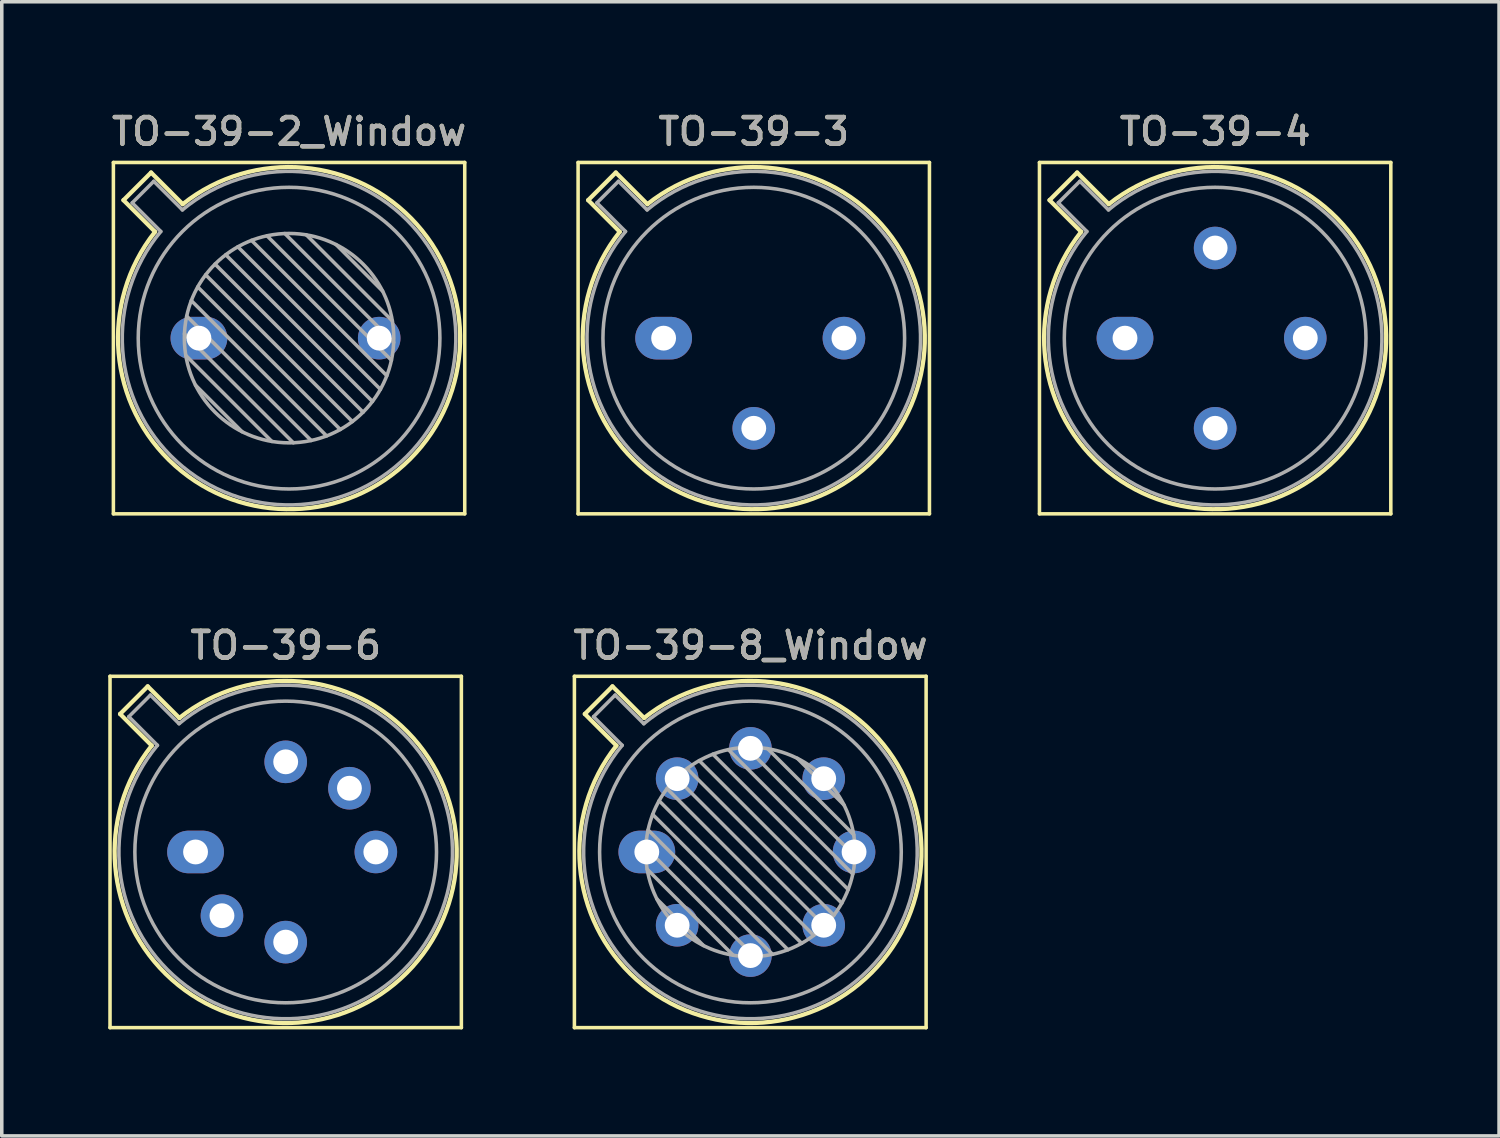
<source format=kicad_pcb>
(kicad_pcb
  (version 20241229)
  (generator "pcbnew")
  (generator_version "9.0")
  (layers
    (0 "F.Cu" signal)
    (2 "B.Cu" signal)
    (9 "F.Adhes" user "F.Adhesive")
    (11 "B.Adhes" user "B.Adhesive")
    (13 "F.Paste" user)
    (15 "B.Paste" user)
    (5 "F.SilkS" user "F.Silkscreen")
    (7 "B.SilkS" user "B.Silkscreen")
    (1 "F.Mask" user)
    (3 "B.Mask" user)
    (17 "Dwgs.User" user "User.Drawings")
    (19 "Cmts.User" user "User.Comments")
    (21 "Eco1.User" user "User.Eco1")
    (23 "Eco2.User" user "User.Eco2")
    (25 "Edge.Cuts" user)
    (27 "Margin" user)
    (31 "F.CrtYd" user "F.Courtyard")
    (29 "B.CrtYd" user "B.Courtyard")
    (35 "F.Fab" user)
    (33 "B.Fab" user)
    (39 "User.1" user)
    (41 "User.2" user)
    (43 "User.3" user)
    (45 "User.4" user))
  (footprint "TO-39-3"
    (layer "F.Cu")
    (at 15.649 6.478)
    (property "Reference" "TO-39-3" (at 2.54 -5.82 0) (layer "F.SilkS") (effects (font (size 0.75 0.75) (thickness 0.125))))
    (attr through_hole)
    (fp_line (start -2.41 -4.95) (end -2.41 4.95) (stroke (width 0.1) (type solid)) (layer "F.SilkS"))
    (fp_line (start -2.41 4.95) (end 7.49 4.95) (stroke (width 0.1) (type solid)) (layer "F.SilkS"))
    (fp_line (start -2.126 -3.888) (end -1.235 -2.997) (stroke (width 0.12) (type solid)) (layer "F.SilkS"))
    (fp_line (start -1.348 -4.666) (end -2.126 -3.888) (stroke (width 0.12) (type solid)) (layer "F.SilkS"))
    (fp_line (start -0.457 -3.775) (end -1.348 -4.666) (stroke (width 0.12) (type solid)) (layer "F.SilkS"))
    (fp_line (start 7.49 -4.95) (end -2.41 -4.95) (stroke (width 0.1) (type solid)) (layer "F.SilkS"))
    (fp_line (start 7.49 4.95) (end 7.49 -4.95) (stroke (width 0.1) (type solid)) (layer "F.SilkS"))
    (fp_arc (start -0.457084 -3.774902) (mid 5.948255 3.408255) (end -1.234902 -2.997084) (stroke (width 0.12) (type solid)) (layer "F.SilkS"))
    (fp_line (start -1.88 -3.812) (end -1.074 -3.005) (stroke (width 0.1) (type solid)) (layer "F.Fab"))
    (fp_line (start -1.272 -4.42) (end -1.88 -3.812) (stroke (width 0.1) (type solid)) (layer "F.Fab"))
    (fp_line (start -0.465 -3.614) (end -1.272 -4.42) (stroke (width 0.1) (type solid)) (layer "F.Fab"))
    (fp_arc (start -0.465408 -3.61352) (mid 5.863402 3.323402) (end -1.07352 -3.005408) (stroke (width 0.1) (type solid)) (layer "F.Fab"))
    (fp_circle (center 2.54 0) (end 6.79 0) (stroke (width 0.1) (type solid)) (fill no) (layer "F.Fab"))
    (fp_text user "${REFERENCE}" (at 2.54 -5.82 0) (layer "F.Fab") (effects (font (size 0.75 0.75) (thickness 0.125))))
    (pad "1" thru_hole oval (at 0 0) (size 1.6 1.2) (drill 0.7) (layers "*.Cu" "*.Mask"))
    (pad "2" thru_hole circle (at 2.54 2.54) (size 1.2 1.2) (drill 0.7) (layers "*.Cu" "*.Mask"))
    (pad "3" thru_hole circle (at 5.08 0) (size 1.2 1.2) (drill 0.7) (layers "*.Cu" "*.Mask")))
  (footprint "TO-39-6"
    (layer "F.Cu")
    (at 2.46 20.956)
    (property "Reference" "TO-39-6" (at 2.54 -5.82 0) (layer "F.SilkS") (effects (font (size 0.75 0.75) (thickness 0.125))))
    (attr through_hole)
    (fp_line (start -2.41 -4.95) (end -2.41 4.95) (stroke (width 0.1) (type solid)) (layer "F.SilkS"))
    (fp_line (start -2.41 4.95) (end 7.49 4.95) (stroke (width 0.1) (type solid)) (layer "F.SilkS"))
    (fp_line (start -2.126 -3.888) (end -1.235 -2.997) (stroke (width 0.12) (type solid)) (layer "F.SilkS"))
    (fp_line (start -1.348 -4.666) (end -2.126 -3.888) (stroke (width 0.12) (type solid)) (layer "F.SilkS"))
    (fp_line (start -0.457 -3.775) (end -1.348 -4.666) (stroke (width 0.12) (type solid)) (layer "F.SilkS"))
    (fp_line (start 7.49 -4.95) (end -2.41 -4.95) (stroke (width 0.1) (type solid)) (layer "F.SilkS"))
    (fp_line (start 7.49 4.95) (end 7.49 -4.95) (stroke (width 0.1) (type solid)) (layer "F.SilkS"))
    (fp_arc (start -0.457084 -3.774902) (mid 5.948255 3.408255) (end -1.234902 -2.997084) (stroke (width 0.12) (type solid)) (layer "F.SilkS"))
    (fp_line (start -1.88 -3.812) (end -1.074 -3.005) (stroke (width 0.1) (type solid)) (layer "F.Fab"))
    (fp_line (start -1.272 -4.42) (end -1.88 -3.812) (stroke (width 0.1) (type solid)) (layer "F.Fab"))
    (fp_line (start -0.465 -3.614) (end -1.272 -4.42) (stroke (width 0.1) (type solid)) (layer "F.Fab"))
    (fp_arc (start -0.465408 -3.61352) (mid 5.863402 3.323402) (end -1.07352 -3.005408) (stroke (width 0.1) (type solid)) (layer "F.Fab"))
    (fp_circle (center 2.54 0) (end 6.79 0) (stroke (width 0.1) (type solid)) (fill no) (layer "F.Fab"))
    (fp_text user "${REFERENCE}" (at 2.54 -5.82 0) (layer "F.Fab") (effects (font (size 0.75 0.75) (thickness 0.125))))
    (pad "1" thru_hole oval (at 0 0) (size 1.6 1.2) (drill 0.7) (layers "*.Cu" "*.Mask"))
    (pad "2" thru_hole circle (at 0.744 1.796) (size 1.2 1.2) (drill 0.7) (layers "*.Cu" "*.Mask"))
    (pad "3" thru_hole circle (at 2.54 2.54) (size 1.2 1.2) (drill 0.7) (layers "*.Cu" "*.Mask"))
    (pad "4" thru_hole circle (at 5.08 0) (size 1.2 1.2) (drill 0.7) (layers "*.Cu" "*.Mask"))
    (pad "5" thru_hole circle (at 4.336 -1.796) (size 1.2 1.2) (drill 0.7) (layers "*.Cu" "*.Mask"))
    (pad "6" thru_hole circle (at 2.54 -2.54) (size 1.2 1.2) (drill 0.7) (layers "*.Cu" "*.Mask")))
  (footprint "TO-39-2_Window"
    (layer "F.Cu")
    (at 2.555 6.478)
    (property "Reference" "TO-39-2_Window" (at 2.54 -5.82 0) (layer "F.SilkS") (effects (font (size 0.75 0.75) (thickness 0.125))))
    (attr through_hole)
    (fp_line (start -2.41 -4.95) (end -2.41 4.95) (stroke (width 0.1) (type solid)) (layer "F.SilkS"))
    (fp_line (start -2.41 4.95) (end 7.49 4.95) (stroke (width 0.1) (type solid)) (layer "F.SilkS"))
    (fp_line (start -2.126 -3.888) (end -1.235 -2.997) (stroke (width 0.12) (type solid)) (layer "F.SilkS"))
    (fp_line (start -1.348 -4.666) (end -2.126 -3.888) (stroke (width 0.12) (type solid)) (layer "F.SilkS"))
    (fp_line (start -0.457 -3.775) (end -1.348 -4.666) (stroke (width 0.12) (type solid)) (layer "F.SilkS"))
    (fp_line (start 7.49 -4.95) (end -2.41 -4.95) (stroke (width 0.1) (type solid)) (layer "F.SilkS"))
    (fp_line (start 7.49 4.95) (end 7.49 -4.95) (stroke (width 0.1) (type solid)) (layer "F.SilkS"))
    (fp_arc (start -0.457084 -3.774902) (mid 5.948255 3.408255) (end -1.234902 -2.997084) (stroke (width 0.12) (type solid)) (layer "F.SilkS"))
    (fp_line (start -1.88 -3.812) (end -1.074 -3.005) (stroke (width 0.1) (type solid)) (layer "F.Fab"))
    (fp_line (start -1.272 -4.42) (end -1.88 -3.812) (stroke (width 0.1) (type solid)) (layer "F.Fab"))
    (fp_line (start -0.465 -3.614) (end -1.272 -4.42) (stroke (width 0.1) (type solid)) (layer "F.Fab"))
    (fp_line (start -0.408 -0.12) (end 2.66 2.948) (stroke (width 0.1) (type solid)) (layer "F.Fab"))
    (fp_line (start -0.371 0.485) (end 2.055 2.911) (stroke (width 0.1) (type solid)) (layer "F.Fab"))
    (fp_line (start -0.344 -0.622) (end 3.162 2.884) (stroke (width 0.1) (type solid)) (layer "F.Fab"))
    (fp_line (start -0.215 -1.058) (end 3.598 2.755) (stroke (width 0.1) (type solid)) (layer "F.Fab"))
    (fp_line (start -0.097 1.324) (end 1.216 2.637) (stroke (width 0.1) (type solid)) (layer "F.Fab"))
    (fp_line (start -0.034 -1.443) (end 3.983 2.574) (stroke (width 0.1) (type solid)) (layer "F.Fab"))
    (fp_line (start 0.19 -1.784) (end 4.324 2.35) (stroke (width 0.1) (type solid)) (layer "F.Fab"))
    (fp_line (start 0.454 -2.086) (end 4.626 2.086) (stroke (width 0.1) (type solid)) (layer "F.Fab"))
    (fp_line (start 0.756 -2.35) (end 4.89 1.784) (stroke (width 0.1) (type solid)) (layer "F.Fab"))
    (fp_line (start 1.097 -2.574) (end 5.114 1.443) (stroke (width 0.1) (type solid)) (layer "F.Fab"))
    (fp_line (start 1.482 -2.755) (end 5.295 1.058) (stroke (width 0.1) (type solid)) (layer "F.Fab"))
    (fp_line (start 1.918 -2.884) (end 5.424 0.622) (stroke (width 0.1) (type solid)) (layer "F.Fab"))
    (fp_line (start 2.42 -2.948) (end 5.488 0.12) (stroke (width 0.1) (type solid)) (layer "F.Fab"))
    (fp_line (start 3.025 -2.911) (end 5.451 -0.485) (stroke (width 0.1) (type solid)) (layer "F.Fab"))
    (fp_line (start 3.864 -2.637) (end 5.177 -1.324) (stroke (width 0.1) (type solid)) (layer "F.Fab"))
    (fp_arc (start -0.465408 -3.61352) (mid 5.863402 3.323402) (end -1.07352 -3.005408) (stroke (width 0.1) (type solid)) (layer "F.Fab"))
    (fp_circle (center 2.54 0) (end 5.49 0) (stroke (width 0.1) (type solid)) (fill no) (layer "F.Fab"))
    (fp_circle (center 2.54 0) (end 6.79 0) (stroke (width 0.1) (type solid)) (fill no) (layer "F.Fab"))
    (fp_text user "${REFERENCE}" (at 2.54 -5.82 0) (layer "F.Fab") (effects (font (size 0.75 0.75) (thickness 0.125))))
    (pad "1" thru_hole oval (at 0 0) (size 1.6 1.2) (drill 0.7) (layers "*.Cu" "*.Mask"))
    (pad "2" thru_hole circle (at 5.08 0) (size 1.2 1.2) (drill 0.7) (layers "*.Cu" "*.Mask")))
  (footprint "TO-39-4"
    (layer "F.Cu")
    (at 28.649 6.478)
    (property "Reference" "TO-39-4" (at 2.54 -5.82 0) (layer "F.SilkS") (effects (font (size 0.75 0.75) (thickness 0.125))))
    (attr through_hole)
    (fp_line (start -2.41 -4.95) (end -2.41 4.95) (stroke (width 0.1) (type solid)) (layer "F.SilkS"))
    (fp_line (start -2.41 4.95) (end 7.49 4.95) (stroke (width 0.1) (type solid)) (layer "F.SilkS"))
    (fp_line (start -2.126 -3.888) (end -1.235 -2.997) (stroke (width 0.12) (type solid)) (layer "F.SilkS"))
    (fp_line (start -1.348 -4.666) (end -2.126 -3.888) (stroke (width 0.12) (type solid)) (layer "F.SilkS"))
    (fp_line (start -0.457 -3.775) (end -1.348 -4.666) (stroke (width 0.12) (type solid)) (layer "F.SilkS"))
    (fp_line (start 7.49 -4.95) (end -2.41 -4.95) (stroke (width 0.1) (type solid)) (layer "F.SilkS"))
    (fp_line (start 7.49 4.95) (end 7.49 -4.95) (stroke (width 0.1) (type solid)) (layer "F.SilkS"))
    (fp_arc (start -0.457084 -3.774902) (mid 5.948255 3.408255) (end -1.234902 -2.997084) (stroke (width 0.12) (type solid)) (layer "F.SilkS"))
    (fp_line (start -1.88 -3.812) (end -1.074 -3.005) (stroke (width 0.1) (type solid)) (layer "F.Fab"))
    (fp_line (start -1.272 -4.42) (end -1.88 -3.812) (stroke (width 0.1) (type solid)) (layer "F.Fab"))
    (fp_line (start -0.465 -3.614) (end -1.272 -4.42) (stroke (width 0.1) (type solid)) (layer "F.Fab"))
    (fp_arc (start -0.465408 -3.61352) (mid 5.863402 3.323402) (end -1.07352 -3.005408) (stroke (width 0.1) (type solid)) (layer "F.Fab"))
    (fp_circle (center 2.54 0) (end 6.79 0) (stroke (width 0.1) (type solid)) (fill no) (layer "F.Fab"))
    (fp_text user "${REFERENCE}" (at 2.54 -5.82 0) (layer "F.Fab") (effects (font (size 0.75 0.75) (thickness 0.125))))
    (pad "1" thru_hole oval (at 0 0) (size 1.6 1.2) (drill 0.7) (layers "*.Cu" "*.Mask"))
    (pad "2" thru_hole circle (at 2.54 2.54) (size 1.2 1.2) (drill 0.7) (layers "*.Cu" "*.Mask"))
    (pad "3" thru_hole circle (at 5.08 0) (size 1.2 1.2) (drill 0.7) (layers "*.Cu" "*.Mask"))
    (pad "4" thru_hole circle (at 2.54 -2.54) (size 1.2 1.2) (drill 0.7) (layers "*.Cu" "*.Mask")))
  (footprint "TO-39-8_Window"
    (layer "F.Cu")
    (at 15.175 20.956)
    (property "Reference" "TO-39-8_Window" (at 2.92 -5.82 0) (layer "F.SilkS") (effects (font (size 0.75 0.75) (thickness 0.125))))
    (attr through_hole)
    (fp_line (start -2.04 -4.95) (end -2.04 4.95) (stroke (width 0.1) (type solid)) (layer "F.SilkS"))
    (fp_line (start -2.04 4.95) (end 7.87 4.95) (stroke (width 0.1) (type solid)) (layer "F.SilkS"))
    (fp_line (start -1.746 -3.888) (end -0.855 -2.997) (stroke (width 0.12) (type solid)) (layer "F.SilkS"))
    (fp_line (start -0.968 -4.666) (end -1.746 -3.888) (stroke (width 0.12) (type solid)) (layer "F.SilkS"))
    (fp_line (start -0.077 -3.775) (end -0.968 -4.666) (stroke (width 0.12) (type solid)) (layer "F.SilkS"))
    (fp_line (start 7.87 -4.95) (end -2.04 -4.95) (stroke (width 0.1) (type solid)) (layer "F.SilkS"))
    (fp_line (start 7.87 4.95) (end 7.87 -4.95) (stroke (width 0.1) (type solid)) (layer "F.SilkS"))
    (fp_arc (start -0.077084 -3.774902) (mid 6.328255 3.408255) (end -0.854902 -2.997084) (stroke (width 0.12) (type solid)) (layer "F.SilkS"))
    (fp_line (start -1.5 -3.812) (end -0.694 -3.005) (stroke (width 0.1) (type solid)) (layer "F.Fab"))
    (fp_line (start -0.892 -4.42) (end -1.5 -3.812) (stroke (width 0.1) (type solid)) (layer "F.Fab"))
    (fp_line (start -0.085 -3.614) (end -0.892 -4.42) (stroke (width 0.1) (type solid)) (layer "F.Fab"))
    (fp_line (start -0.028 -0.12) (end 3.04 2.948) (stroke (width 0.1) (type solid)) (layer "F.Fab"))
    (fp_line (start 0.009 0.485) (end 2.435 2.911) (stroke (width 0.1) (type solid)) (layer "F.Fab"))
    (fp_line (start 0.036 -0.622) (end 3.542 2.884) (stroke (width 0.1) (type solid)) (layer "F.Fab"))
    (fp_line (start 0.165 -1.058) (end 3.978 2.755) (stroke (width 0.1) (type solid)) (layer "F.Fab"))
    (fp_line (start 0.283 1.324) (end 1.596 2.637) (stroke (width 0.1) (type solid)) (layer "F.Fab"))
    (fp_line (start 0.346 -1.443) (end 4.363 2.574) (stroke (width 0.1) (type solid)) (layer "F.Fab"))
    (fp_line (start 0.57 -1.784) (end 4.704 2.35) (stroke (width 0.1) (type solid)) (layer "F.Fab"))
    (fp_line (start 0.834 -2.086) (end 5.006 2.086) (stroke (width 0.1) (type solid)) (layer "F.Fab"))
    (fp_line (start 1.136 -2.35) (end 5.27 1.784) (stroke (width 0.1) (type solid)) (layer "F.Fab"))
    (fp_line (start 1.477 -2.574) (end 5.494 1.443) (stroke (width 0.1) (type solid)) (layer "F.Fab"))
    (fp_line (start 1.862 -2.755) (end 5.675 1.058) (stroke (width 0.1) (type solid)) (layer "F.Fab"))
    (fp_line (start 2.298 -2.884) (end 5.804 0.622) (stroke (width 0.1) (type solid)) (layer "F.Fab"))
    (fp_line (start 2.8 -2.948) (end 5.868 0.12) (stroke (width 0.1) (type solid)) (layer "F.Fab"))
    (fp_line (start 3.405 -2.911) (end 5.831 -0.485) (stroke (width 0.1) (type solid)) (layer "F.Fab"))
    (fp_line (start 4.244 -2.637) (end 5.557 -1.324) (stroke (width 0.1) (type solid)) (layer "F.Fab"))
    (fp_arc (start -0.085408 -3.61352) (mid 6.243402 3.323402) (end -0.69352 -3.005408) (stroke (width 0.1) (type solid)) (layer "F.Fab"))
    (fp_circle (center 2.92 0) (end 5.87 0) (stroke (width 0.1) (type solid)) (fill no) (layer "F.Fab"))
    (fp_circle (center 2.92 0) (end 7.17 0) (stroke (width 0.1) (type solid)) (fill no) (layer "F.Fab"))
    (fp_text user "${REFERENCE}" (at 2.92 -5.82 0) (layer "F.Fab") (effects (font (size 0.75 0.75) (thickness 0.125))))
    (pad "1" thru_hole oval (at 0 0) (size 1.6 1.2) (drill 0.7) (layers "*.Cu" "*.Mask"))
    (pad "2" thru_hole circle (at 0.855 2.065) (size 1.2 1.2) (drill 0.7) (layers "*.Cu" "*.Mask"))
    (pad "3" thru_hole circle (at 2.92 2.92) (size 1.2 1.2) (drill 0.7) (layers "*.Cu" "*.Mask"))
    (pad "4" thru_hole circle (at 4.985 2.065) (size 1.2 1.2) (drill 0.7) (layers "*.Cu" "*.Mask"))
    (pad "5" thru_hole circle (at 5.84 0) (size 1.2 1.2) (drill 0.7) (layers "*.Cu" "*.Mask"))
    (pad "6" thru_hole circle (at 4.985 -2.065) (size 1.2 1.2) (drill 0.7) (layers "*.Cu" "*.Mask"))
    (pad "7" thru_hole circle (at 2.92 -2.92) (size 1.2 1.2) (drill 0.7) (layers "*.Cu" "*.Mask"))
    (pad "8" thru_hole circle (at 0.855 -2.065) (size 1.2 1.2) (drill 0.7) (layers "*.Cu" "*.Mask")))
  (gr_rect
    (start -3 -3)
    (end 39.189 28.956)
    (stroke (width 0.1) (type default))
    (fill no)
    (layer "Edge.Cuts")))
</source>
